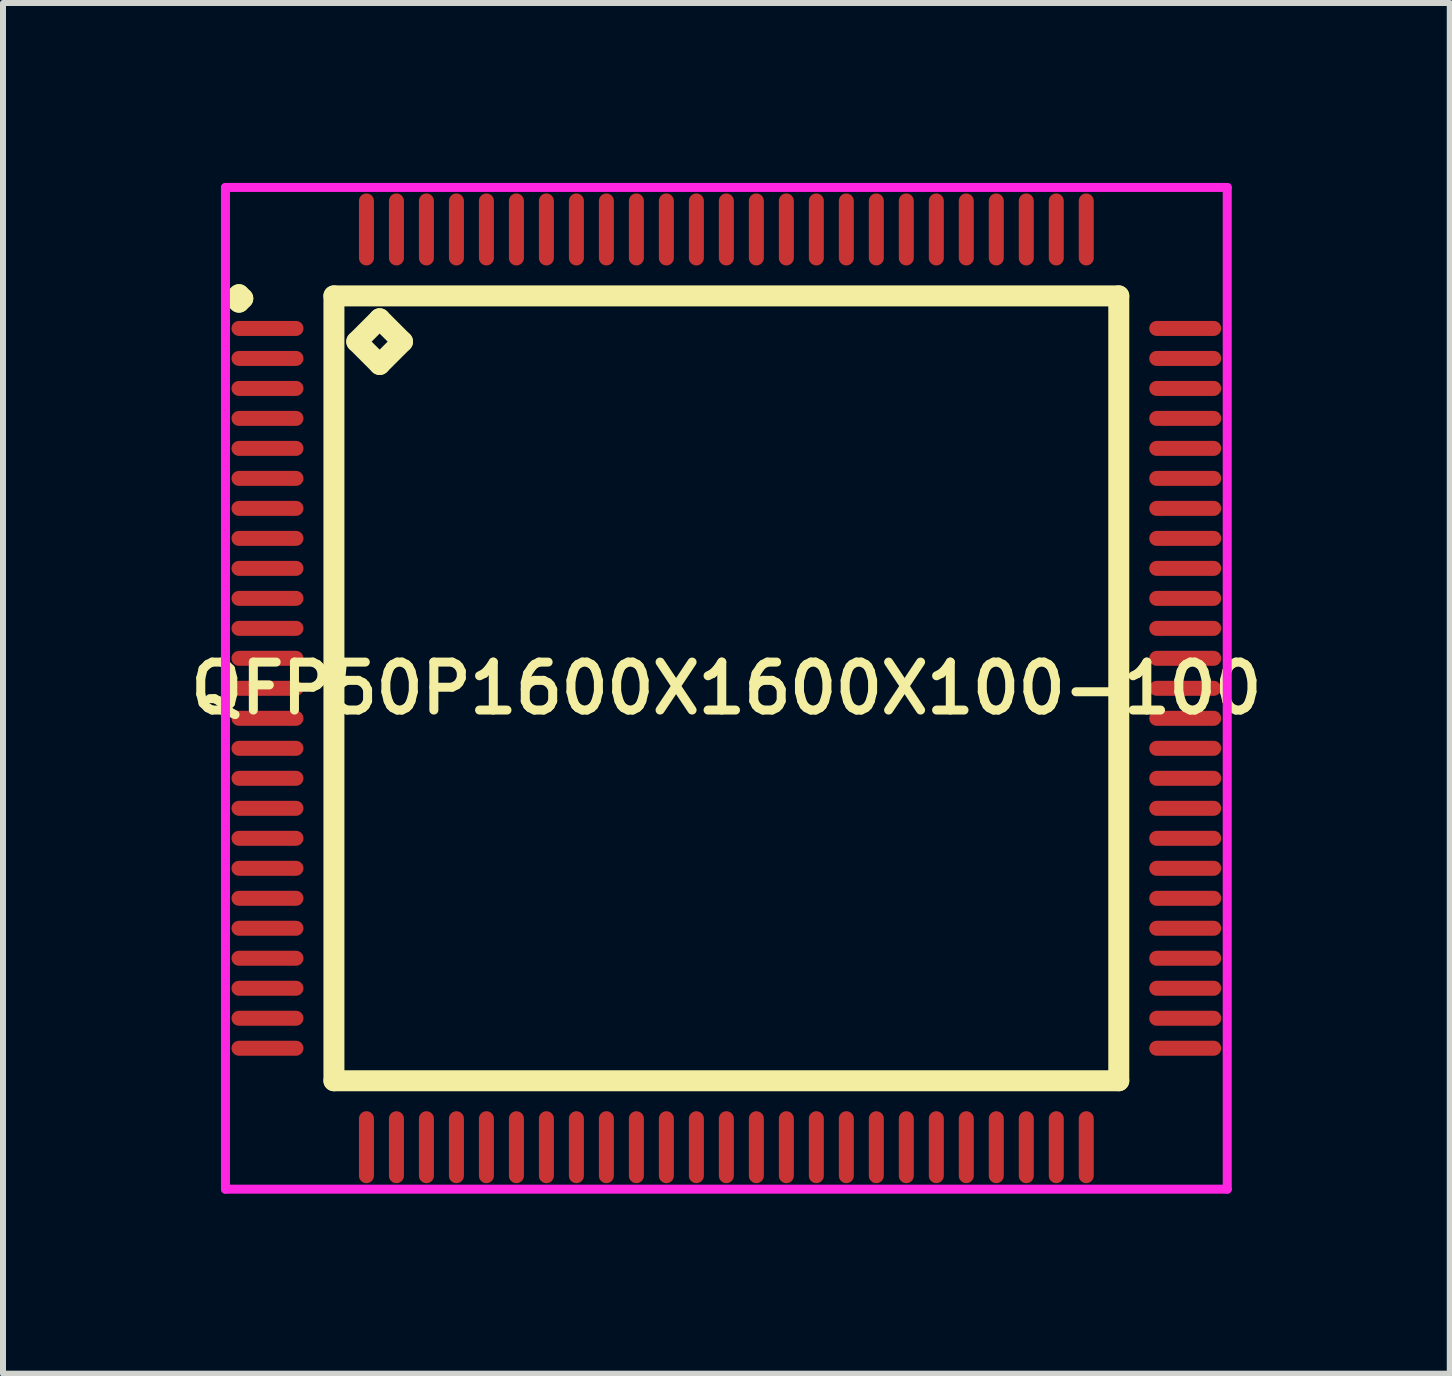
<source format=kicad_pcb>
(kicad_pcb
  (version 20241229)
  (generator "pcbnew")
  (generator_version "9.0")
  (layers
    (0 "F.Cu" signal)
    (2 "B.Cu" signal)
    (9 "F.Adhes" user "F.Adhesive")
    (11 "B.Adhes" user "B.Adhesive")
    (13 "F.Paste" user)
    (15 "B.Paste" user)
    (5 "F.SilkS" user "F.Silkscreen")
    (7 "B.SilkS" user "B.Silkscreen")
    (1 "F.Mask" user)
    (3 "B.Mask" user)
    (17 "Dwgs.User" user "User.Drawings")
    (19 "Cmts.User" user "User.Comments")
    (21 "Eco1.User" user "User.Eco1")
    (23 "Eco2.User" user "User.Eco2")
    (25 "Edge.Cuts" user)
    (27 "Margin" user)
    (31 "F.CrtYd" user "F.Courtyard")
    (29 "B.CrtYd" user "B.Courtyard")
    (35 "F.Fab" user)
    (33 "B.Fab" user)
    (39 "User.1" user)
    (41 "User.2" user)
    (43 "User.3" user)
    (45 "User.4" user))
  (footprint "QFP50P1600X1600X100-100"
    (layer "F.Cu")
    (at 9.059 8.425)
    (property "Reference" "QFP50P1600X1600X100-100" (at 0 0 0) (layer "F.SilkS") (effects (font (size 0.8 0.8) (thickness 0.15))))
    (attr smd)
    (fp_line (start -8.188 -6.5) (end -8.125 -6.562) (stroke (width 0.35) (type solid)) (layer "F.SilkS"))
    (fp_line (start -8.125 -6.562) (end -8.062 -6.5) (stroke (width 0.35) (type solid)) (layer "F.SilkS"))
    (fp_line (start -8.125 -6.438) (end -8.188 -6.5) (stroke (width 0.35) (type solid)) (layer "F.SilkS"))
    (fp_line (start -8.062 -6.5) (end -8.125 -6.438) (stroke (width 0.35) (type solid)) (layer "F.SilkS"))
    (fp_line (start -6.542 -6.542) (end -6.542 6.542) (stroke (width 0.35) (type solid)) (layer "F.SilkS"))
    (fp_line (start -6.542 6.542) (end 6.542 6.542) (stroke (width 0.35) (type solid)) (layer "F.SilkS"))
    (fp_line (start -6.161 -5.78) (end -5.78 -6.161) (stroke (width 0.35) (type solid)) (layer "F.SilkS"))
    (fp_line (start -5.78 -6.161) (end -5.399 -5.78) (stroke (width 0.35) (type solid)) (layer "F.SilkS"))
    (fp_line (start -5.78 -5.399) (end -6.161 -5.78) (stroke (width 0.35) (type solid)) (layer "F.SilkS"))
    (fp_line (start -5.399 -5.78) (end -5.78 -5.399) (stroke (width 0.35) (type solid)) (layer "F.SilkS"))
    (fp_line (start 6.542 -6.542) (end -6.542 -6.542) (stroke (width 0.35) (type solid)) (layer "F.SilkS"))
    (fp_line (start 6.542 6.542) (end 6.542 -6.542) (stroke (width 0.35) (type solid)) (layer "F.SilkS"))
    (fp_line (start -8.35 -8.35) (end 8.35 -8.35) (stroke (width 0.15) (type solid)) (layer "F.CrtYd"))
    (fp_line (start -8.35 8.35) (end -8.35 -8.35) (stroke (width 0.15) (type solid)) (layer "F.CrtYd"))
    (fp_line (start 8.35 -8.35) (end 8.35 8.35) (stroke (width 0.15) (type solid)) (layer "F.CrtYd"))
    (fp_line (start 8.35 8.35) (end -8.35 8.35) (stroke (width 0.15) (type solid)) (layer "F.CrtYd"))
    (pad "1" smd oval (at -7.65 -6) (size 1.2 0.25) (layers "F.Cu" "F.Mask" "F.Paste"))
    (pad "2" smd oval (at -7.65 -5.5) (size 1.2 0.25) (layers "F.Cu" "F.Mask" "F.Paste"))
    (pad "3" smd oval (at -7.65 -5) (size 1.2 0.25) (layers "F.Cu" "F.Mask" "F.Paste"))
    (pad "4" smd oval (at -7.65 -4.5) (size 1.2 0.25) (layers "F.Cu" "F.Mask" "F.Paste"))
    (pad "5" smd oval (at -7.65 -4) (size 1.2 0.25) (layers "F.Cu" "F.Mask" "F.Paste"))
    (pad "6" smd oval (at -7.65 -3.5) (size 1.2 0.25) (layers "F.Cu" "F.Mask" "F.Paste"))
    (pad "7" smd oval (at -7.65 -3) (size 1.2 0.25) (layers "F.Cu" "F.Mask" "F.Paste"))
    (pad "8" smd oval (at -7.65 -2.5) (size 1.2 0.25) (layers "F.Cu" "F.Mask" "F.Paste"))
    (pad "9" smd oval (at -7.65 -2) (size 1.2 0.25) (layers "F.Cu" "F.Mask" "F.Paste"))
    (pad "10" smd oval (at -7.65 -1.5) (size 1.2 0.25) (layers "F.Cu" "F.Mask" "F.Paste"))
    (pad "11" smd oval (at -7.65 -1) (size 1.2 0.25) (layers "F.Cu" "F.Mask" "F.Paste"))
    (pad "12" smd oval (at -7.65 -0.5) (size 1.2 0.25) (layers "F.Cu" "F.Mask" "F.Paste"))
    (pad "13" smd oval (at -7.65 0) (size 1.2 0.25) (layers "F.Cu" "F.Mask" "F.Paste"))
    (pad "14" smd oval (at -7.65 0.5) (size 1.2 0.25) (layers "F.Cu" "F.Mask" "F.Paste"))
    (pad "15" smd oval (at -7.65 1) (size 1.2 0.25) (layers "F.Cu" "F.Mask" "F.Paste"))
    (pad "16" smd oval (at -7.65 1.5) (size 1.2 0.25) (layers "F.Cu" "F.Mask" "F.Paste"))
    (pad "17" smd oval (at -7.65 2) (size 1.2 0.25) (layers "F.Cu" "F.Mask" "F.Paste"))
    (pad "18" smd oval (at -7.65 2.5) (size 1.2 0.25) (layers "F.Cu" "F.Mask" "F.Paste"))
    (pad "19" smd oval (at -7.65 3) (size 1.2 0.25) (layers "F.Cu" "F.Mask" "F.Paste"))
    (pad "20" smd oval (at -7.65 3.5) (size 1.2 0.25) (layers "F.Cu" "F.Mask" "F.Paste"))
    (pad "21" smd oval (at -7.65 4) (size 1.2 0.25) (layers "F.Cu" "F.Mask" "F.Paste"))
    (pad "22" smd oval (at -7.65 4.5) (size 1.2 0.25) (layers "F.Cu" "F.Mask" "F.Paste"))
    (pad "23" smd oval (at -7.65 5) (size 1.2 0.25) (layers "F.Cu" "F.Mask" "F.Paste"))
    (pad "24" smd oval (at -7.65 5.5) (size 1.2 0.25) (layers "F.Cu" "F.Mask" "F.Paste"))
    (pad "25" smd oval (at -7.65 6) (size 1.2 0.25) (layers "F.Cu" "F.Mask" "F.Paste"))
    (pad "26" smd oval (at -6 7.65) (size 0.25 1.2) (layers "F.Cu" "F.Mask" "F.Paste"))
    (pad "27" smd oval (at -5.5 7.65) (size 0.25 1.2) (layers "F.Cu" "F.Mask" "F.Paste"))
    (pad "28" smd oval (at -5 7.65) (size 0.25 1.2) (layers "F.Cu" "F.Mask" "F.Paste"))
    (pad "29" smd oval (at -4.5 7.65) (size 0.25 1.2) (layers "F.Cu" "F.Mask" "F.Paste"))
    (pad "30" smd oval (at -4 7.65) (size 0.25 1.2) (layers "F.Cu" "F.Mask" "F.Paste"))
    (pad "31" smd oval (at -3.5 7.65) (size 0.25 1.2) (layers "F.Cu" "F.Mask" "F.Paste"))
    (pad "32" smd oval (at -3 7.65) (size 0.25 1.2) (layers "F.Cu" "F.Mask" "F.Paste"))
    (pad "33" smd oval (at -2.5 7.65) (size 0.25 1.2) (layers "F.Cu" "F.Mask" "F.Paste"))
    (pad "34" smd oval (at -2 7.65) (size 0.25 1.2) (layers "F.Cu" "F.Mask" "F.Paste"))
    (pad "35" smd oval (at -1.5 7.65) (size 0.25 1.2) (layers "F.Cu" "F.Mask" "F.Paste"))
    (pad "36" smd oval (at -1 7.65) (size 0.25 1.2) (layers "F.Cu" "F.Mask" "F.Paste"))
    (pad "37" smd oval (at -0.5 7.65) (size 0.25 1.2) (layers "F.Cu" "F.Mask" "F.Paste"))
    (pad "38" smd oval (at 0 7.65) (size 0.25 1.2) (layers "F.Cu" "F.Mask" "F.Paste"))
    (pad "39" smd oval (at 0.5 7.65) (size 0.25 1.2) (layers "F.Cu" "F.Mask" "F.Paste"))
    (pad "40" smd oval (at 1 7.65) (size 0.25 1.2) (layers "F.Cu" "F.Mask" "F.Paste"))
    (pad "41" smd oval (at 1.5 7.65) (size 0.25 1.2) (layers "F.Cu" "F.Mask" "F.Paste"))
    (pad "42" smd oval (at 2 7.65) (size 0.25 1.2) (layers "F.Cu" "F.Mask" "F.Paste"))
    (pad "43" smd oval (at 2.5 7.65) (size 0.25 1.2) (layers "F.Cu" "F.Mask" "F.Paste"))
    (pad "44" smd oval (at 3 7.65) (size 0.25 1.2) (layers "F.Cu" "F.Mask" "F.Paste"))
    (pad "45" smd oval (at 3.5 7.65) (size 0.25 1.2) (layers "F.Cu" "F.Mask" "F.Paste"))
    (pad "46" smd oval (at 4 7.65) (size 0.25 1.2) (layers "F.Cu" "F.Mask" "F.Paste"))
    (pad "47" smd oval (at 4.5 7.65) (size 0.25 1.2) (layers "F.Cu" "F.Mask" "F.Paste"))
    (pad "48" smd oval (at 5 7.65) (size 0.25 1.2) (layers "F.Cu" "F.Mask" "F.Paste"))
    (pad "49" smd oval (at 5.5 7.65) (size 0.25 1.2) (layers "F.Cu" "F.Mask" "F.Paste"))
    (pad "50" smd oval (at 6 7.65) (size 0.25 1.2) (layers "F.Cu" "F.Mask" "F.Paste"))
    (pad "51" smd oval (at 7.65 6) (size 1.2 0.25) (layers "F.Cu" "F.Mask" "F.Paste"))
    (pad "52" smd oval (at 7.65 5.5) (size 1.2 0.25) (layers "F.Cu" "F.Mask" "F.Paste"))
    (pad "53" smd oval (at 7.65 5) (size 1.2 0.25) (layers "F.Cu" "F.Mask" "F.Paste"))
    (pad "54" smd oval (at 7.65 4.5) (size 1.2 0.25) (layers "F.Cu" "F.Mask" "F.Paste"))
    (pad "55" smd oval (at 7.65 4) (size 1.2 0.25) (layers "F.Cu" "F.Mask" "F.Paste"))
    (pad "56" smd oval (at 7.65 3.5) (size 1.2 0.25) (layers "F.Cu" "F.Mask" "F.Paste"))
    (pad "57" smd oval (at 7.65 3) (size 1.2 0.25) (layers "F.Cu" "F.Mask" "F.Paste"))
    (pad "58" smd oval (at 7.65 2.5) (size 1.2 0.25) (layers "F.Cu" "F.Mask" "F.Paste"))
    (pad "59" smd oval (at 7.65 2) (size 1.2 0.25) (layers "F.Cu" "F.Mask" "F.Paste"))
    (pad "60" smd oval (at 7.65 1.5) (size 1.2 0.25) (layers "F.Cu" "F.Mask" "F.Paste"))
    (pad "61" smd oval (at 7.65 1) (size 1.2 0.25) (layers "F.Cu" "F.Mask" "F.Paste"))
    (pad "62" smd oval (at 7.65 0.5) (size 1.2 0.25) (layers "F.Cu" "F.Mask" "F.Paste"))
    (pad "63" smd oval (at 7.65 0) (size 1.2 0.25) (layers "F.Cu" "F.Mask" "F.Paste"))
    (pad "64" smd oval (at 7.65 -0.5) (size 1.2 0.25) (layers "F.Cu" "F.Mask" "F.Paste"))
    (pad "65" smd oval (at 7.65 -1) (size 1.2 0.25) (layers "F.Cu" "F.Mask" "F.Paste"))
    (pad "66" smd oval (at 7.65 -1.5) (size 1.2 0.25) (layers "F.Cu" "F.Mask" "F.Paste"))
    (pad "67" smd oval (at 7.65 -2) (size 1.2 0.25) (layers "F.Cu" "F.Mask" "F.Paste"))
    (pad "68" smd oval (at 7.65 -2.5) (size 1.2 0.25) (layers "F.Cu" "F.Mask" "F.Paste"))
    (pad "69" smd oval (at 7.65 -3) (size 1.2 0.25) (layers "F.Cu" "F.Mask" "F.Paste"))
    (pad "70" smd oval (at 7.65 -3.5) (size 1.2 0.25) (layers "F.Cu" "F.Mask" "F.Paste"))
    (pad "71" smd oval (at 7.65 -4) (size 1.2 0.25) (layers "F.Cu" "F.Mask" "F.Paste"))
    (pad "72" smd oval (at 7.65 -4.5) (size 1.2 0.25) (layers "F.Cu" "F.Mask" "F.Paste"))
    (pad "73" smd oval (at 7.65 -5) (size 1.2 0.25) (layers "F.Cu" "F.Mask" "F.Paste"))
    (pad "74" smd oval (at 7.65 -5.5) (size 1.2 0.25) (layers "F.Cu" "F.Mask" "F.Paste"))
    (pad "75" smd oval (at 7.65 -6) (size 1.2 0.25) (layers "F.Cu" "F.Mask" "F.Paste"))
    (pad "76" smd oval (at 6 -7.65) (size 0.25 1.2) (layers "F.Cu" "F.Mask" "F.Paste"))
    (pad "77" smd oval (at 5.5 -7.65) (size 0.25 1.2) (layers "F.Cu" "F.Mask" "F.Paste"))
    (pad "78" smd oval (at 5 -7.65) (size 0.25 1.2) (layers "F.Cu" "F.Mask" "F.Paste"))
    (pad "79" smd oval (at 4.5 -7.65) (size 0.25 1.2) (layers "F.Cu" "F.Mask" "F.Paste"))
    (pad "80" smd oval (at 4 -7.65) (size 0.25 1.2) (layers "F.Cu" "F.Mask" "F.Paste"))
    (pad "81" smd oval (at 3.5 -7.65) (size 0.25 1.2) (layers "F.Cu" "F.Mask" "F.Paste"))
    (pad "82" smd oval (at 3 -7.65) (size 0.25 1.2) (layers "F.Cu" "F.Mask" "F.Paste"))
    (pad "83" smd oval (at 2.5 -7.65) (size 0.25 1.2) (layers "F.Cu" "F.Mask" "F.Paste"))
    (pad "84" smd oval (at 2 -7.65) (size 0.25 1.2) (layers "F.Cu" "F.Mask" "F.Paste"))
    (pad "85" smd oval (at 1.5 -7.65) (size 0.25 1.2) (layers "F.Cu" "F.Mask" "F.Paste"))
    (pad "86" smd oval (at 1 -7.65) (size 0.25 1.2) (layers "F.Cu" "F.Mask" "F.Paste"))
    (pad "87" smd oval (at 0.5 -7.65) (size 0.25 1.2) (layers "F.Cu" "F.Mask" "F.Paste"))
    (pad "88" smd oval (at 0 -7.65) (size 0.25 1.2) (layers "F.Cu" "F.Mask" "F.Paste"))
    (pad "89" smd oval (at -0.5 -7.65) (size 0.25 1.2) (layers "F.Cu" "F.Mask" "F.Paste"))
    (pad "90" smd oval (at -1 -7.65) (size 0.25 1.2) (layers "F.Cu" "F.Mask" "F.Paste"))
    (pad "91" smd oval (at -1.5 -7.65) (size 0.25 1.2) (layers "F.Cu" "F.Mask" "F.Paste"))
    (pad "92" smd oval (at -2 -7.65) (size 0.25 1.2) (layers "F.Cu" "F.Mask" "F.Paste"))
    (pad "93" smd oval (at -2.5 -7.65) (size 0.25 1.2) (layers "F.Cu" "F.Mask" "F.Paste"))
    (pad "94" smd oval (at -3 -7.65) (size 0.25 1.2) (layers "F.Cu" "F.Mask" "F.Paste"))
    (pad "95" smd oval (at -3.5 -7.65) (size 0.25 1.2) (layers "F.Cu" "F.Mask" "F.Paste"))
    (pad "96" smd oval (at -4 -7.65) (size 0.25 1.2) (layers "F.Cu" "F.Mask" "F.Paste"))
    (pad "97" smd oval (at -4.5 -7.65) (size 0.25 1.2) (layers "F.Cu" "F.Mask" "F.Paste"))
    (pad "98" smd oval (at -5 -7.65) (size 0.25 1.2) (layers "F.Cu" "F.Mask" "F.Paste"))
    (pad "99" smd oval (at -5.5 -7.65) (size 0.25 1.2) (layers "F.Cu" "F.Mask" "F.Paste"))
    (pad "100" smd oval (at -6 -7.65) (size 0.25 1.2) (layers "F.Cu" "F.Mask" "F.Paste")))
  (gr_rect
    (start -3 -3)
    (end 21.119 19.85)
    (stroke (width 0.1) (type default))
    (fill no)
    (layer "Edge.Cuts")))
</source>
